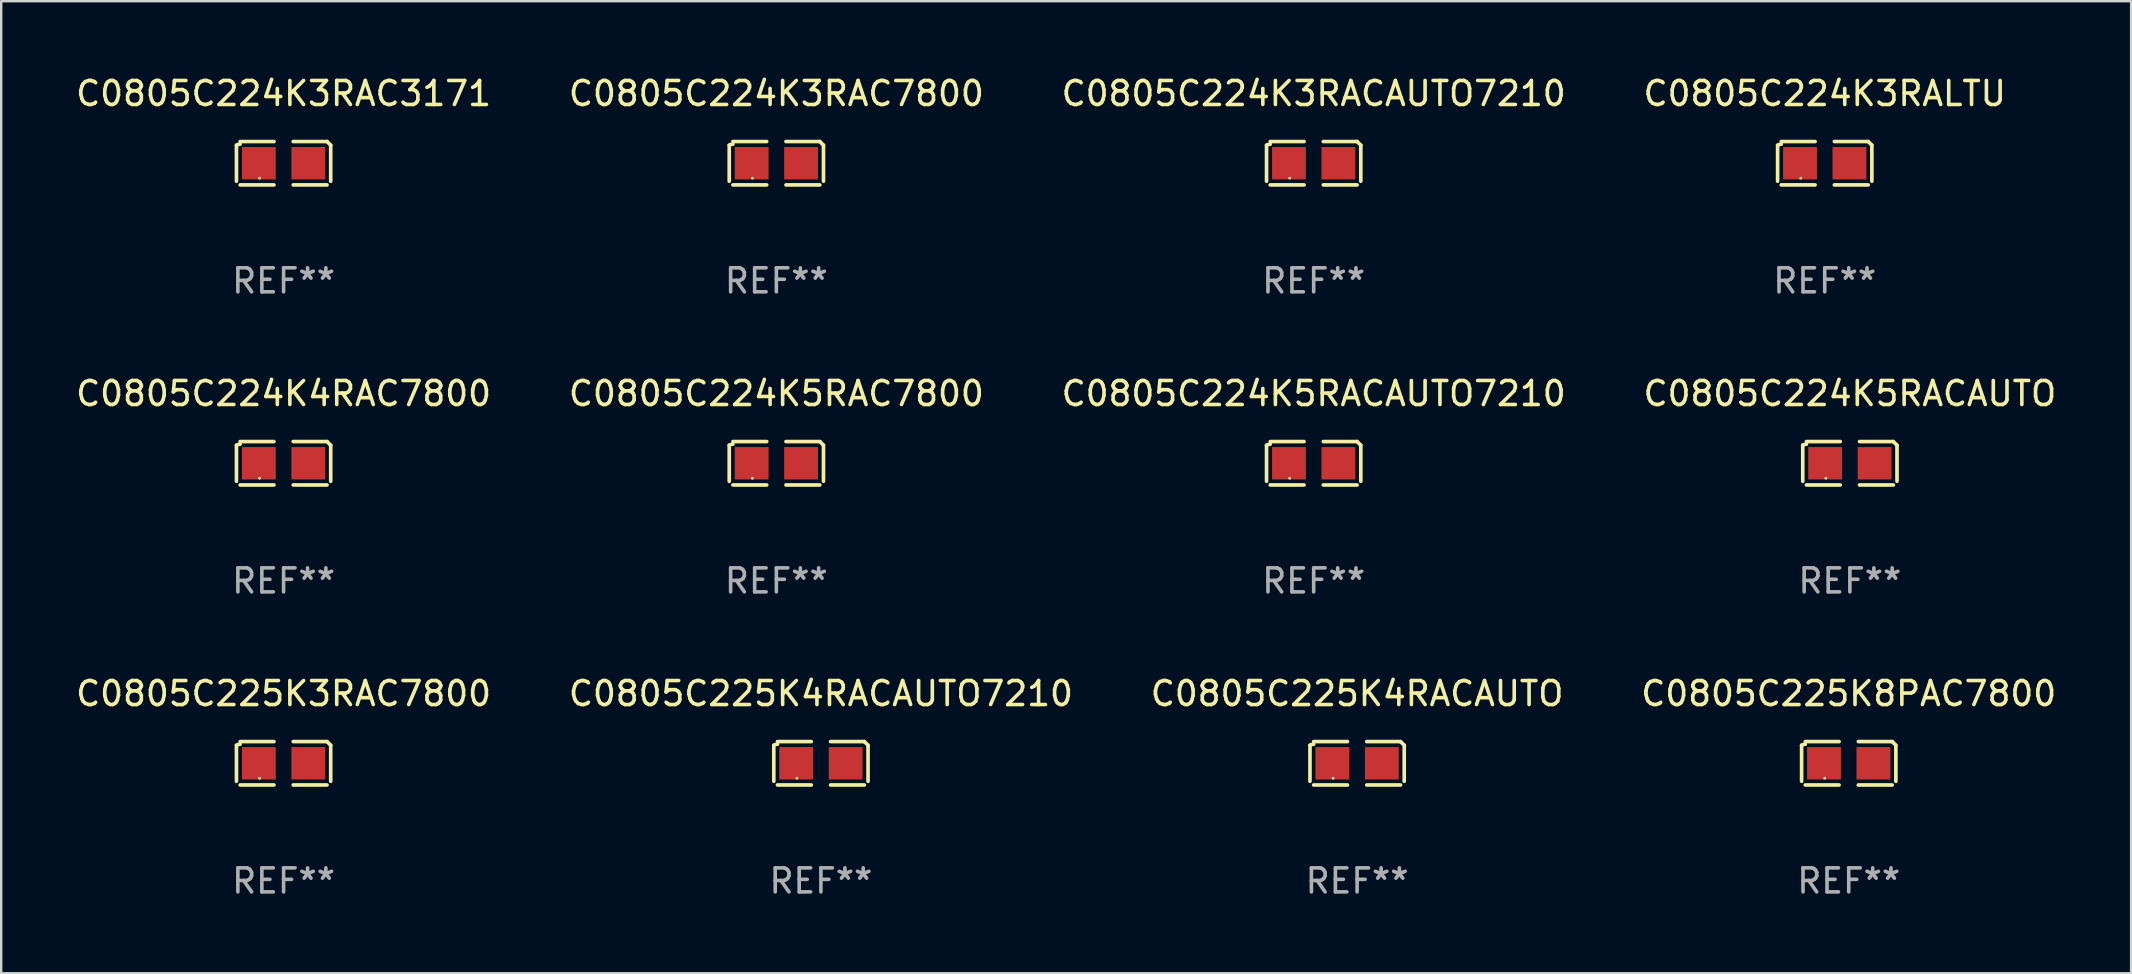
<source format=kicad_pcb>
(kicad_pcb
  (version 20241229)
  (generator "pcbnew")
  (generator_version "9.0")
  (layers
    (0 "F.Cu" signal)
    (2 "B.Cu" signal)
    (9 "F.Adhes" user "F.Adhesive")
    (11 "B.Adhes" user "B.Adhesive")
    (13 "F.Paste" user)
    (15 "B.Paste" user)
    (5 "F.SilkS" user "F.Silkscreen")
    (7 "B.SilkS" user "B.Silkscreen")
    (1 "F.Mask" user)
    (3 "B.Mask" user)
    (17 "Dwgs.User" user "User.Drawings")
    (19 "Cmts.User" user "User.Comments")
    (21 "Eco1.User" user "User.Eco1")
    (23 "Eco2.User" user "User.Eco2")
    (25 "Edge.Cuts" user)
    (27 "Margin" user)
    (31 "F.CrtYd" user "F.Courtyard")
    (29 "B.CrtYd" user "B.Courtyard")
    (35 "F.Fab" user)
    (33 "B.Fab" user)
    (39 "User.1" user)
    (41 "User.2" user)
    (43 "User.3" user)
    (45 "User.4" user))
  (footprint "C0805C224K3RAC3171"
    (layer "F.Cu")
    (at 8.768 3.752)
    (property "Reference" "C0805C224K3RAC3171" (at 0 -2.904 0) (layer "F.SilkS") (effects (font (size 1 1) (thickness 0.15))))
    (attr through_hole)
    (fp_line (start -1.964 0.751) (end -1.964 -0.751) (stroke (width 0.152) (type solid)) (layer "F.SilkS"))
    (fp_line (start -1.811 -0.904) (end -0.401 -0.904) (stroke (width 0.152) (type solid)) (layer "F.SilkS"))
    (fp_line (start -0.401 0.904) (end -1.811 0.904) (stroke (width 0.152) (type solid)) (layer "F.SilkS"))
    (fp_line (start 0.401 0.904) (end 1.811 0.904) (stroke (width 0.152) (type solid)) (layer "F.SilkS"))
    (fp_line (start 1.811 -0.904) (end 0.401 -0.904) (stroke (width 0.152) (type solid)) (layer "F.SilkS"))
    (fp_line (start 1.964 0.751) (end 1.964 -0.751) (stroke (width 0.152) (type solid)) (layer "F.SilkS"))
    (fp_arc (start -1.963602 -0.751207) (mid -1.890354 -0.783131) (end -1.811201 -0.794044) (stroke (width 0.1524) (type solid)) (layer "F.SilkS"))
    (fp_arc (start 1.811202 -0.903607) (mid 1.887413 -0.827418) (end 1.963602 -0.751207) (stroke (width 0.1524) (type solid)) (layer "F.SilkS"))
    (fp_circle (center -1 0.625) (end -0.97 0.625) (stroke (width 0.06) (type solid)) (fill no) (layer "F.SilkS"))
    (fp_text user "REF**" (at 0 4.904 0) (layer "F.Fab") (effects (font (size 1 1) (thickness 0.15))))
    (pad "1" smd rect (at -1.03 0) (size 1.41 1.35) (layers "F.Cu" "F.Mask" "F.Paste"))
    (pad "2" smd rect (at 1.03 0) (size 1.41 1.35) (layers "F.Cu" "F.Mask" "F.Paste")))
  (footprint "C0805C225K4RACAUTO"
    (layer "F.Cu")
    (at 53.506 28.759)
    (property "Reference" "C0805C225K4RACAUTO" (at 0 -2.904 0) (layer "F.SilkS") (effects (font (size 1 1) (thickness 0.15))))
    (attr through_hole)
    (fp_line (start -1.964 0.751) (end -1.964 -0.751) (stroke (width 0.152) (type solid)) (layer "F.SilkS"))
    (fp_line (start -1.811 -0.904) (end -0.401 -0.904) (stroke (width 0.152) (type solid)) (layer "F.SilkS"))
    (fp_line (start -0.401 0.904) (end -1.811 0.904) (stroke (width 0.152) (type solid)) (layer "F.SilkS"))
    (fp_line (start 0.401 0.904) (end 1.811 0.904) (stroke (width 0.152) (type solid)) (layer "F.SilkS"))
    (fp_line (start 1.811 -0.904) (end 0.401 -0.904) (stroke (width 0.152) (type solid)) (layer "F.SilkS"))
    (fp_line (start 1.964 0.751) (end 1.964 -0.751) (stroke (width 0.152) (type solid)) (layer "F.SilkS"))
    (fp_arc (start -1.963602 -0.751207) (mid -1.890354 -0.783131) (end -1.811201 -0.794044) (stroke (width 0.1524) (type solid)) (layer "F.SilkS"))
    (fp_arc (start 1.811202 -0.903607) (mid 1.887413 -0.827418) (end 1.963602 -0.751207) (stroke (width 0.1524) (type solid)) (layer "F.SilkS"))
    (fp_circle (center -1 0.625) (end -0.97 0.625) (stroke (width 0.06) (type solid)) (fill no) (layer "F.SilkS"))
    (fp_text user "REF**" (at 0 4.904 0) (layer "F.Fab") (effects (font (size 1 1) (thickness 0.15))))
    (pad "1" smd rect (at -1.03 0) (size 1.41 1.35) (layers "F.Cu" "F.Mask" "F.Paste"))
    (pad "2" smd rect (at 1.03 0) (size 1.41 1.35) (layers "F.Cu" "F.Mask" "F.Paste")))
  (footprint "C0805C224K4RAC7800"
    (layer "F.Cu")
    (at 8.768 16.256)
    (property "Reference" "C0805C224K4RAC7800" (at 0 -2.904 0) (layer "F.SilkS") (effects (font (size 1 1) (thickness 0.15))))
    (attr through_hole)
    (fp_line (start -1.964 0.751) (end -1.964 -0.751) (stroke (width 0.152) (type solid)) (layer "F.SilkS"))
    (fp_line (start -1.811 -0.904) (end -0.401 -0.904) (stroke (width 0.152) (type solid)) (layer "F.SilkS"))
    (fp_line (start -0.401 0.904) (end -1.811 0.904) (stroke (width 0.152) (type solid)) (layer "F.SilkS"))
    (fp_line (start 0.401 0.904) (end 1.811 0.904) (stroke (width 0.152) (type solid)) (layer "F.SilkS"))
    (fp_line (start 1.811 -0.904) (end 0.401 -0.904) (stroke (width 0.152) (type solid)) (layer "F.SilkS"))
    (fp_line (start 1.964 0.751) (end 1.964 -0.751) (stroke (width 0.152) (type solid)) (layer "F.SilkS"))
    (fp_arc (start -1.963602 -0.751207) (mid -1.890354 -0.783131) (end -1.811201 -0.794044) (stroke (width 0.1524) (type solid)) (layer "F.SilkS"))
    (fp_arc (start 1.811202 -0.903607) (mid 1.887413 -0.827418) (end 1.963602 -0.751207) (stroke (width 0.1524) (type solid)) (layer "F.SilkS"))
    (fp_circle (center -1 0.625) (end -0.97 0.625) (stroke (width 0.06) (type solid)) (fill no) (layer "F.SilkS"))
    (fp_text user "REF**" (at 0 4.904 0) (layer "F.Fab") (effects (font (size 1 1) (thickness 0.15))))
    (pad "1" smd rect (at -1.03 0) (size 1.41 1.35) (layers "F.Cu" "F.Mask" "F.Paste"))
    (pad "2" smd rect (at 1.03 0) (size 1.41 1.35) (layers "F.Cu" "F.Mask" "F.Paste")))
  (footprint "C0805C225K4RACAUTO7210"
    (layer "F.Cu")
    (at 31.161 28.759)
    (property "Reference" "C0805C225K4RACAUTO7210" (at 0 -2.904 0) (layer "F.SilkS") (effects (font (size 1 1) (thickness 0.15))))
    (attr through_hole)
    (fp_line (start -1.964 0.751) (end -1.964 -0.751) (stroke (width 0.152) (type solid)) (layer "F.SilkS"))
    (fp_line (start -1.811 -0.904) (end -0.401 -0.904) (stroke (width 0.152) (type solid)) (layer "F.SilkS"))
    (fp_line (start -0.401 0.904) (end -1.811 0.904) (stroke (width 0.152) (type solid)) (layer "F.SilkS"))
    (fp_line (start 0.401 0.904) (end 1.811 0.904) (stroke (width 0.152) (type solid)) (layer "F.SilkS"))
    (fp_line (start 1.811 -0.904) (end 0.401 -0.904) (stroke (width 0.152) (type solid)) (layer "F.SilkS"))
    (fp_line (start 1.964 0.751) (end 1.964 -0.751) (stroke (width 0.152) (type solid)) (layer "F.SilkS"))
    (fp_arc (start -1.963602 -0.751207) (mid -1.890354 -0.783131) (end -1.811201 -0.794044) (stroke (width 0.1524) (type solid)) (layer "F.SilkS"))
    (fp_arc (start 1.811202 -0.903607) (mid 1.887413 -0.827418) (end 1.963602 -0.751207) (stroke (width 0.1524) (type solid)) (layer "F.SilkS"))
    (fp_circle (center -1 0.625) (end -0.97 0.625) (stroke (width 0.06) (type solid)) (fill no) (layer "F.SilkS"))
    (fp_text user "REF**" (at 0 4.904 0) (layer "F.Fab") (effects (font (size 1 1) (thickness 0.15))))
    (pad "1" smd rect (at -1.03 0) (size 1.41 1.35) (layers "F.Cu" "F.Mask" "F.Paste"))
    (pad "2" smd rect (at 1.03 0) (size 1.41 1.35) (layers "F.Cu" "F.Mask" "F.Paste")))
  (footprint "C0805C224K5RACAUTO"
    (layer "F.Cu")
    (at 74.042 16.256)
    (property "Reference" "C0805C224K5RACAUTO" (at 0 -2.904 0) (layer "F.SilkS") (effects (font (size 1 1) (thickness 0.15))))
    (attr through_hole)
    (fp_line (start -1.964 0.751) (end -1.964 -0.751) (stroke (width 0.152) (type solid)) (layer "F.SilkS"))
    (fp_line (start -1.811 -0.904) (end -0.401 -0.904) (stroke (width 0.152) (type solid)) (layer "F.SilkS"))
    (fp_line (start -0.401 0.904) (end -1.811 0.904) (stroke (width 0.152) (type solid)) (layer "F.SilkS"))
    (fp_line (start 0.401 0.904) (end 1.811 0.904) (stroke (width 0.152) (type solid)) (layer "F.SilkS"))
    (fp_line (start 1.811 -0.904) (end 0.401 -0.904) (stroke (width 0.152) (type solid)) (layer "F.SilkS"))
    (fp_line (start 1.964 0.751) (end 1.964 -0.751) (stroke (width 0.152) (type solid)) (layer "F.SilkS"))
    (fp_arc (start -1.963602 -0.751207) (mid -1.890354 -0.783131) (end -1.811201 -0.794044) (stroke (width 0.1524) (type solid)) (layer "F.SilkS"))
    (fp_arc (start 1.811202 -0.903607) (mid 1.887413 -0.827418) (end 1.963602 -0.751207) (stroke (width 0.1524) (type solid)) (layer "F.SilkS"))
    (fp_circle (center -1 0.625) (end -0.97 0.625) (stroke (width 0.06) (type solid)) (fill no) (layer "F.SilkS"))
    (fp_text user "REF**" (at 0 4.904 0) (layer "F.Fab") (effects (font (size 1 1) (thickness 0.15))))
    (pad "1" smd rect (at -1.03 0) (size 1.41 1.35) (layers "F.Cu" "F.Mask" "F.Paste"))
    (pad "2" smd rect (at 1.03 0) (size 1.41 1.35) (layers "F.Cu" "F.Mask" "F.Paste")))
  (footprint "C0805C225K3RAC7800"
    (layer "F.Cu")
    (at 8.768 28.759)
    (property "Reference" "C0805C225K3RAC7800" (at 0 -2.904 0) (layer "F.SilkS") (effects (font (size 1 1) (thickness 0.15))))
    (attr through_hole)
    (fp_line (start -1.964 0.751) (end -1.964 -0.751) (stroke (width 0.152) (type solid)) (layer "F.SilkS"))
    (fp_line (start -1.811 -0.904) (end -0.401 -0.904) (stroke (width 0.152) (type solid)) (layer "F.SilkS"))
    (fp_line (start -0.401 0.904) (end -1.811 0.904) (stroke (width 0.152) (type solid)) (layer "F.SilkS"))
    (fp_line (start 0.401 0.904) (end 1.811 0.904) (stroke (width 0.152) (type solid)) (layer "F.SilkS"))
    (fp_line (start 1.811 -0.904) (end 0.401 -0.904) (stroke (width 0.152) (type solid)) (layer "F.SilkS"))
    (fp_line (start 1.964 0.751) (end 1.964 -0.751) (stroke (width 0.152) (type solid)) (layer "F.SilkS"))
    (fp_arc (start -1.963602 -0.751207) (mid -1.890354 -0.783131) (end -1.811201 -0.794044) (stroke (width 0.1524) (type solid)) (layer "F.SilkS"))
    (fp_arc (start 1.811202 -0.903607) (mid 1.887413 -0.827418) (end 1.963602 -0.751207) (stroke (width 0.1524) (type solid)) (layer "F.SilkS"))
    (fp_circle (center -1 0.625) (end -0.97 0.625) (stroke (width 0.06) (type solid)) (fill no) (layer "F.SilkS"))
    (fp_text user "REF**" (at 0 4.904 0) (layer "F.Fab") (effects (font (size 1 1) (thickness 0.15))))
    (pad "1" smd rect (at -1.03 0) (size 1.41 1.35) (layers "F.Cu" "F.Mask" "F.Paste"))
    (pad "2" smd rect (at 1.03 0) (size 1.41 1.35) (layers "F.Cu" "F.Mask" "F.Paste")))
  (footprint "C0805C224K5RACAUTO7210"
    (layer "F.Cu")
    (at 51.696 16.256)
    (property "Reference" "C0805C224K5RACAUTO7210" (at 0 -2.904 0) (layer "F.SilkS") (effects (font (size 1 1) (thickness 0.15))))
    (attr through_hole)
    (fp_line (start -1.964 0.751) (end -1.964 -0.751) (stroke (width 0.152) (type solid)) (layer "F.SilkS"))
    (fp_line (start -1.811 -0.904) (end -0.401 -0.904) (stroke (width 0.152) (type solid)) (layer "F.SilkS"))
    (fp_line (start -0.401 0.904) (end -1.811 0.904) (stroke (width 0.152) (type solid)) (layer "F.SilkS"))
    (fp_line (start 0.401 0.904) (end 1.811 0.904) (stroke (width 0.152) (type solid)) (layer "F.SilkS"))
    (fp_line (start 1.811 -0.904) (end 0.401 -0.904) (stroke (width 0.152) (type solid)) (layer "F.SilkS"))
    (fp_line (start 1.964 0.751) (end 1.964 -0.751) (stroke (width 0.152) (type solid)) (layer "F.SilkS"))
    (fp_arc (start -1.963602 -0.751207) (mid -1.890354 -0.783131) (end -1.811201 -0.794044) (stroke (width 0.1524) (type solid)) (layer "F.SilkS"))
    (fp_arc (start 1.811202 -0.903607) (mid 1.887413 -0.827418) (end 1.963602 -0.751207) (stroke (width 0.1524) (type solid)) (layer "F.SilkS"))
    (fp_circle (center -1 0.625) (end -0.97 0.625) (stroke (width 0.06) (type solid)) (fill no) (layer "F.SilkS"))
    (fp_text user "REF**" (at 0 4.904 0) (layer "F.Fab") (effects (font (size 1 1) (thickness 0.15))))
    (pad "1" smd rect (at -1.03 0) (size 1.41 1.35) (layers "F.Cu" "F.Mask" "F.Paste"))
    (pad "2" smd rect (at 1.03 0) (size 1.41 1.35) (layers "F.Cu" "F.Mask" "F.Paste")))
  (footprint "C0805C224K3RACAUTO7210"
    (layer "F.Cu")
    (at 51.696 3.752)
    (property "Reference" "C0805C224K3RACAUTO7210" (at 0 -2.904 0) (layer "F.SilkS") (effects (font (size 1 1) (thickness 0.15))))
    (attr through_hole)
    (fp_line (start -1.964 0.751) (end -1.964 -0.751) (stroke (width 0.152) (type solid)) (layer "F.SilkS"))
    (fp_line (start -1.811 -0.904) (end -0.401 -0.904) (stroke (width 0.152) (type solid)) (layer "F.SilkS"))
    (fp_line (start -0.401 0.904) (end -1.811 0.904) (stroke (width 0.152) (type solid)) (layer "F.SilkS"))
    (fp_line (start 0.401 0.904) (end 1.811 0.904) (stroke (width 0.152) (type solid)) (layer "F.SilkS"))
    (fp_line (start 1.811 -0.904) (end 0.401 -0.904) (stroke (width 0.152) (type solid)) (layer "F.SilkS"))
    (fp_line (start 1.964 0.751) (end 1.964 -0.751) (stroke (width 0.152) (type solid)) (layer "F.SilkS"))
    (fp_arc (start -1.963602 -0.751207) (mid -1.890354 -0.783131) (end -1.811201 -0.794044) (stroke (width 0.1524) (type solid)) (layer "F.SilkS"))
    (fp_arc (start 1.811202 -0.903607) (mid 1.887413 -0.827418) (end 1.963602 -0.751207) (stroke (width 0.1524) (type solid)) (layer "F.SilkS"))
    (fp_circle (center -1 0.625) (end -0.97 0.625) (stroke (width 0.06) (type solid)) (fill no) (layer "F.SilkS"))
    (fp_text user "REF**" (at 0 4.904 0) (layer "F.Fab") (effects (font (size 1 1) (thickness 0.15))))
    (pad "1" smd rect (at -1.03 0) (size 1.41 1.35) (layers "F.Cu" "F.Mask" "F.Paste"))
    (pad "2" smd rect (at 1.03 0) (size 1.41 1.35) (layers "F.Cu" "F.Mask" "F.Paste")))
  (footprint "C0805C225K8PAC7800"
    (layer "F.Cu")
    (at 73.994 28.759)
    (property "Reference" "C0805C225K8PAC7800" (at 0 -2.904 0) (layer "F.SilkS") (effects (font (size 1 1) (thickness 0.15))))
    (attr through_hole)
    (fp_line (start -1.964 0.751) (end -1.964 -0.751) (stroke (width 0.152) (type solid)) (layer "F.SilkS"))
    (fp_line (start -1.811 -0.904) (end -0.401 -0.904) (stroke (width 0.152) (type solid)) (layer "F.SilkS"))
    (fp_line (start -0.401 0.904) (end -1.811 0.904) (stroke (width 0.152) (type solid)) (layer "F.SilkS"))
    (fp_line (start 0.401 0.904) (end 1.811 0.904) (stroke (width 0.152) (type solid)) (layer "F.SilkS"))
    (fp_line (start 1.811 -0.904) (end 0.401 -0.904) (stroke (width 0.152) (type solid)) (layer "F.SilkS"))
    (fp_line (start 1.964 0.751) (end 1.964 -0.751) (stroke (width 0.152) (type solid)) (layer "F.SilkS"))
    (fp_arc (start -1.963602 -0.751207) (mid -1.890354 -0.783131) (end -1.811201 -0.794044) (stroke (width 0.1524) (type solid)) (layer "F.SilkS"))
    (fp_arc (start 1.811202 -0.903607) (mid 1.887413 -0.827418) (end 1.963602 -0.751207) (stroke (width 0.1524) (type solid)) (layer "F.SilkS"))
    (fp_circle (center -1 0.625) (end -0.97 0.625) (stroke (width 0.06) (type solid)) (fill no) (layer "F.SilkS"))
    (fp_text user "REF**" (at 0 4.904 0) (layer "F.Fab") (effects (font (size 1 1) (thickness 0.15))))
    (pad "1" smd rect (at -1.03 0) (size 1.41 1.35) (layers "F.Cu" "F.Mask" "F.Paste"))
    (pad "2" smd rect (at 1.03 0) (size 1.41 1.35) (layers "F.Cu" "F.Mask" "F.Paste")))
  (footprint "C0805C224K5RAC7800"
    (layer "F.Cu")
    (at 29.304 16.256)
    (property "Reference" "C0805C224K5RAC7800" (at 0 -2.904 0) (layer "F.SilkS") (effects (font (size 1 1) (thickness 0.15))))
    (attr through_hole)
    (fp_line (start -1.964 0.751) (end -1.964 -0.751) (stroke (width 0.152) (type solid)) (layer "F.SilkS"))
    (fp_line (start -1.811 -0.904) (end -0.401 -0.904) (stroke (width 0.152) (type solid)) (layer "F.SilkS"))
    (fp_line (start -0.401 0.904) (end -1.811 0.904) (stroke (width 0.152) (type solid)) (layer "F.SilkS"))
    (fp_line (start 0.401 0.904) (end 1.811 0.904) (stroke (width 0.152) (type solid)) (layer "F.SilkS"))
    (fp_line (start 1.811 -0.904) (end 0.401 -0.904) (stroke (width 0.152) (type solid)) (layer "F.SilkS"))
    (fp_line (start 1.964 0.751) (end 1.964 -0.751) (stroke (width 0.152) (type solid)) (layer "F.SilkS"))
    (fp_arc (start -1.963602 -0.751207) (mid -1.890354 -0.783131) (end -1.811201 -0.794044) (stroke (width 0.1524) (type solid)) (layer "F.SilkS"))
    (fp_arc (start 1.811202 -0.903607) (mid 1.887413 -0.827418) (end 1.963602 -0.751207) (stroke (width 0.1524) (type solid)) (layer "F.SilkS"))
    (fp_circle (center -1 0.625) (end -0.97 0.625) (stroke (width 0.06) (type solid)) (fill no) (layer "F.SilkS"))
    (fp_text user "REF**" (at 0 4.904 0) (layer "F.Fab") (effects (font (size 1 1) (thickness 0.15))))
    (pad "1" smd rect (at -1.03 0) (size 1.41 1.35) (layers "F.Cu" "F.Mask" "F.Paste"))
    (pad "2" smd rect (at 1.03 0) (size 1.41 1.35) (layers "F.Cu" "F.Mask" "F.Paste")))
  (footprint "C0805C224K3RALTU"
    (layer "F.Cu")
    (at 72.994 3.752)
    (property "Reference" "C0805C224K3RALTU" (at 0 -2.904 0) (layer "F.SilkS") (effects (font (size 1 1) (thickness 0.15))))
    (attr through_hole)
    (fp_line (start -1.964 0.751) (end -1.964 -0.751) (stroke (width 0.152) (type solid)) (layer "F.SilkS"))
    (fp_line (start -1.811 -0.904) (end -0.401 -0.904) (stroke (width 0.152) (type solid)) (layer "F.SilkS"))
    (fp_line (start -0.401 0.904) (end -1.811 0.904) (stroke (width 0.152) (type solid)) (layer "F.SilkS"))
    (fp_line (start 0.401 0.904) (end 1.811 0.904) (stroke (width 0.152) (type solid)) (layer "F.SilkS"))
    (fp_line (start 1.811 -0.904) (end 0.401 -0.904) (stroke (width 0.152) (type solid)) (layer "F.SilkS"))
    (fp_line (start 1.964 0.751) (end 1.964 -0.751) (stroke (width 0.152) (type solid)) (layer "F.SilkS"))
    (fp_arc (start -1.963602 -0.751207) (mid -1.890354 -0.783131) (end -1.811201 -0.794044) (stroke (width 0.1524) (type solid)) (layer "F.SilkS"))
    (fp_arc (start 1.811202 -0.903607) (mid 1.887413 -0.827418) (end 1.963602 -0.751207) (stroke (width 0.1524) (type solid)) (layer "F.SilkS"))
    (fp_circle (center -1 0.625) (end -0.97 0.625) (stroke (width 0.06) (type solid)) (fill no) (layer "F.SilkS"))
    (fp_text user "REF**" (at 0 4.904 0) (layer "F.Fab") (effects (font (size 1 1) (thickness 0.15))))
    (pad "1" smd rect (at -1.03 0) (size 1.41 1.35) (layers "F.Cu" "F.Mask" "F.Paste"))
    (pad "2" smd rect (at 1.03 0) (size 1.41 1.35) (layers "F.Cu" "F.Mask" "F.Paste")))
  (footprint "C0805C224K3RAC7800"
    (layer "F.Cu")
    (at 29.304 3.752)
    (property "Reference" "C0805C224K3RAC7800" (at 0 -2.904 0) (layer "F.SilkS") (effects (font (size 1 1) (thickness 0.15))))
    (attr through_hole)
    (fp_line (start -1.964 0.751) (end -1.964 -0.751) (stroke (width 0.152) (type solid)) (layer "F.SilkS"))
    (fp_line (start -1.811 -0.904) (end -0.401 -0.904) (stroke (width 0.152) (type solid)) (layer "F.SilkS"))
    (fp_line (start -0.401 0.904) (end -1.811 0.904) (stroke (width 0.152) (type solid)) (layer "F.SilkS"))
    (fp_line (start 0.401 0.904) (end 1.811 0.904) (stroke (width 0.152) (type solid)) (layer "F.SilkS"))
    (fp_line (start 1.811 -0.904) (end 0.401 -0.904) (stroke (width 0.152) (type solid)) (layer "F.SilkS"))
    (fp_line (start 1.964 0.751) (end 1.964 -0.751) (stroke (width 0.152) (type solid)) (layer "F.SilkS"))
    (fp_arc (start -1.963602 -0.751207) (mid -1.890354 -0.783131) (end -1.811201 -0.794044) (stroke (width 0.1524) (type solid)) (layer "F.SilkS"))
    (fp_arc (start 1.811202 -0.903607) (mid 1.887413 -0.827418) (end 1.963602 -0.751207) (stroke (width 0.1524) (type solid)) (layer "F.SilkS"))
    (fp_circle (center -1 0.625) (end -0.97 0.625) (stroke (width 0.06) (type solid)) (fill no) (layer "F.SilkS"))
    (fp_text user "REF**" (at 0 4.904 0) (layer "F.Fab") (effects (font (size 1 1) (thickness 0.15))))
    (pad "1" smd rect (at -1.03 0) (size 1.41 1.35) (layers "F.Cu" "F.Mask" "F.Paste"))
    (pad "2" smd rect (at 1.03 0) (size 1.41 1.35) (layers "F.Cu" "F.Mask" "F.Paste")))
  (gr_rect
    (start -3 -3)
    (end 85.762 37.511)
    (stroke (width 0.1) (type default))
    (fill no)
    (layer "Edge.Cuts")))
</source>
